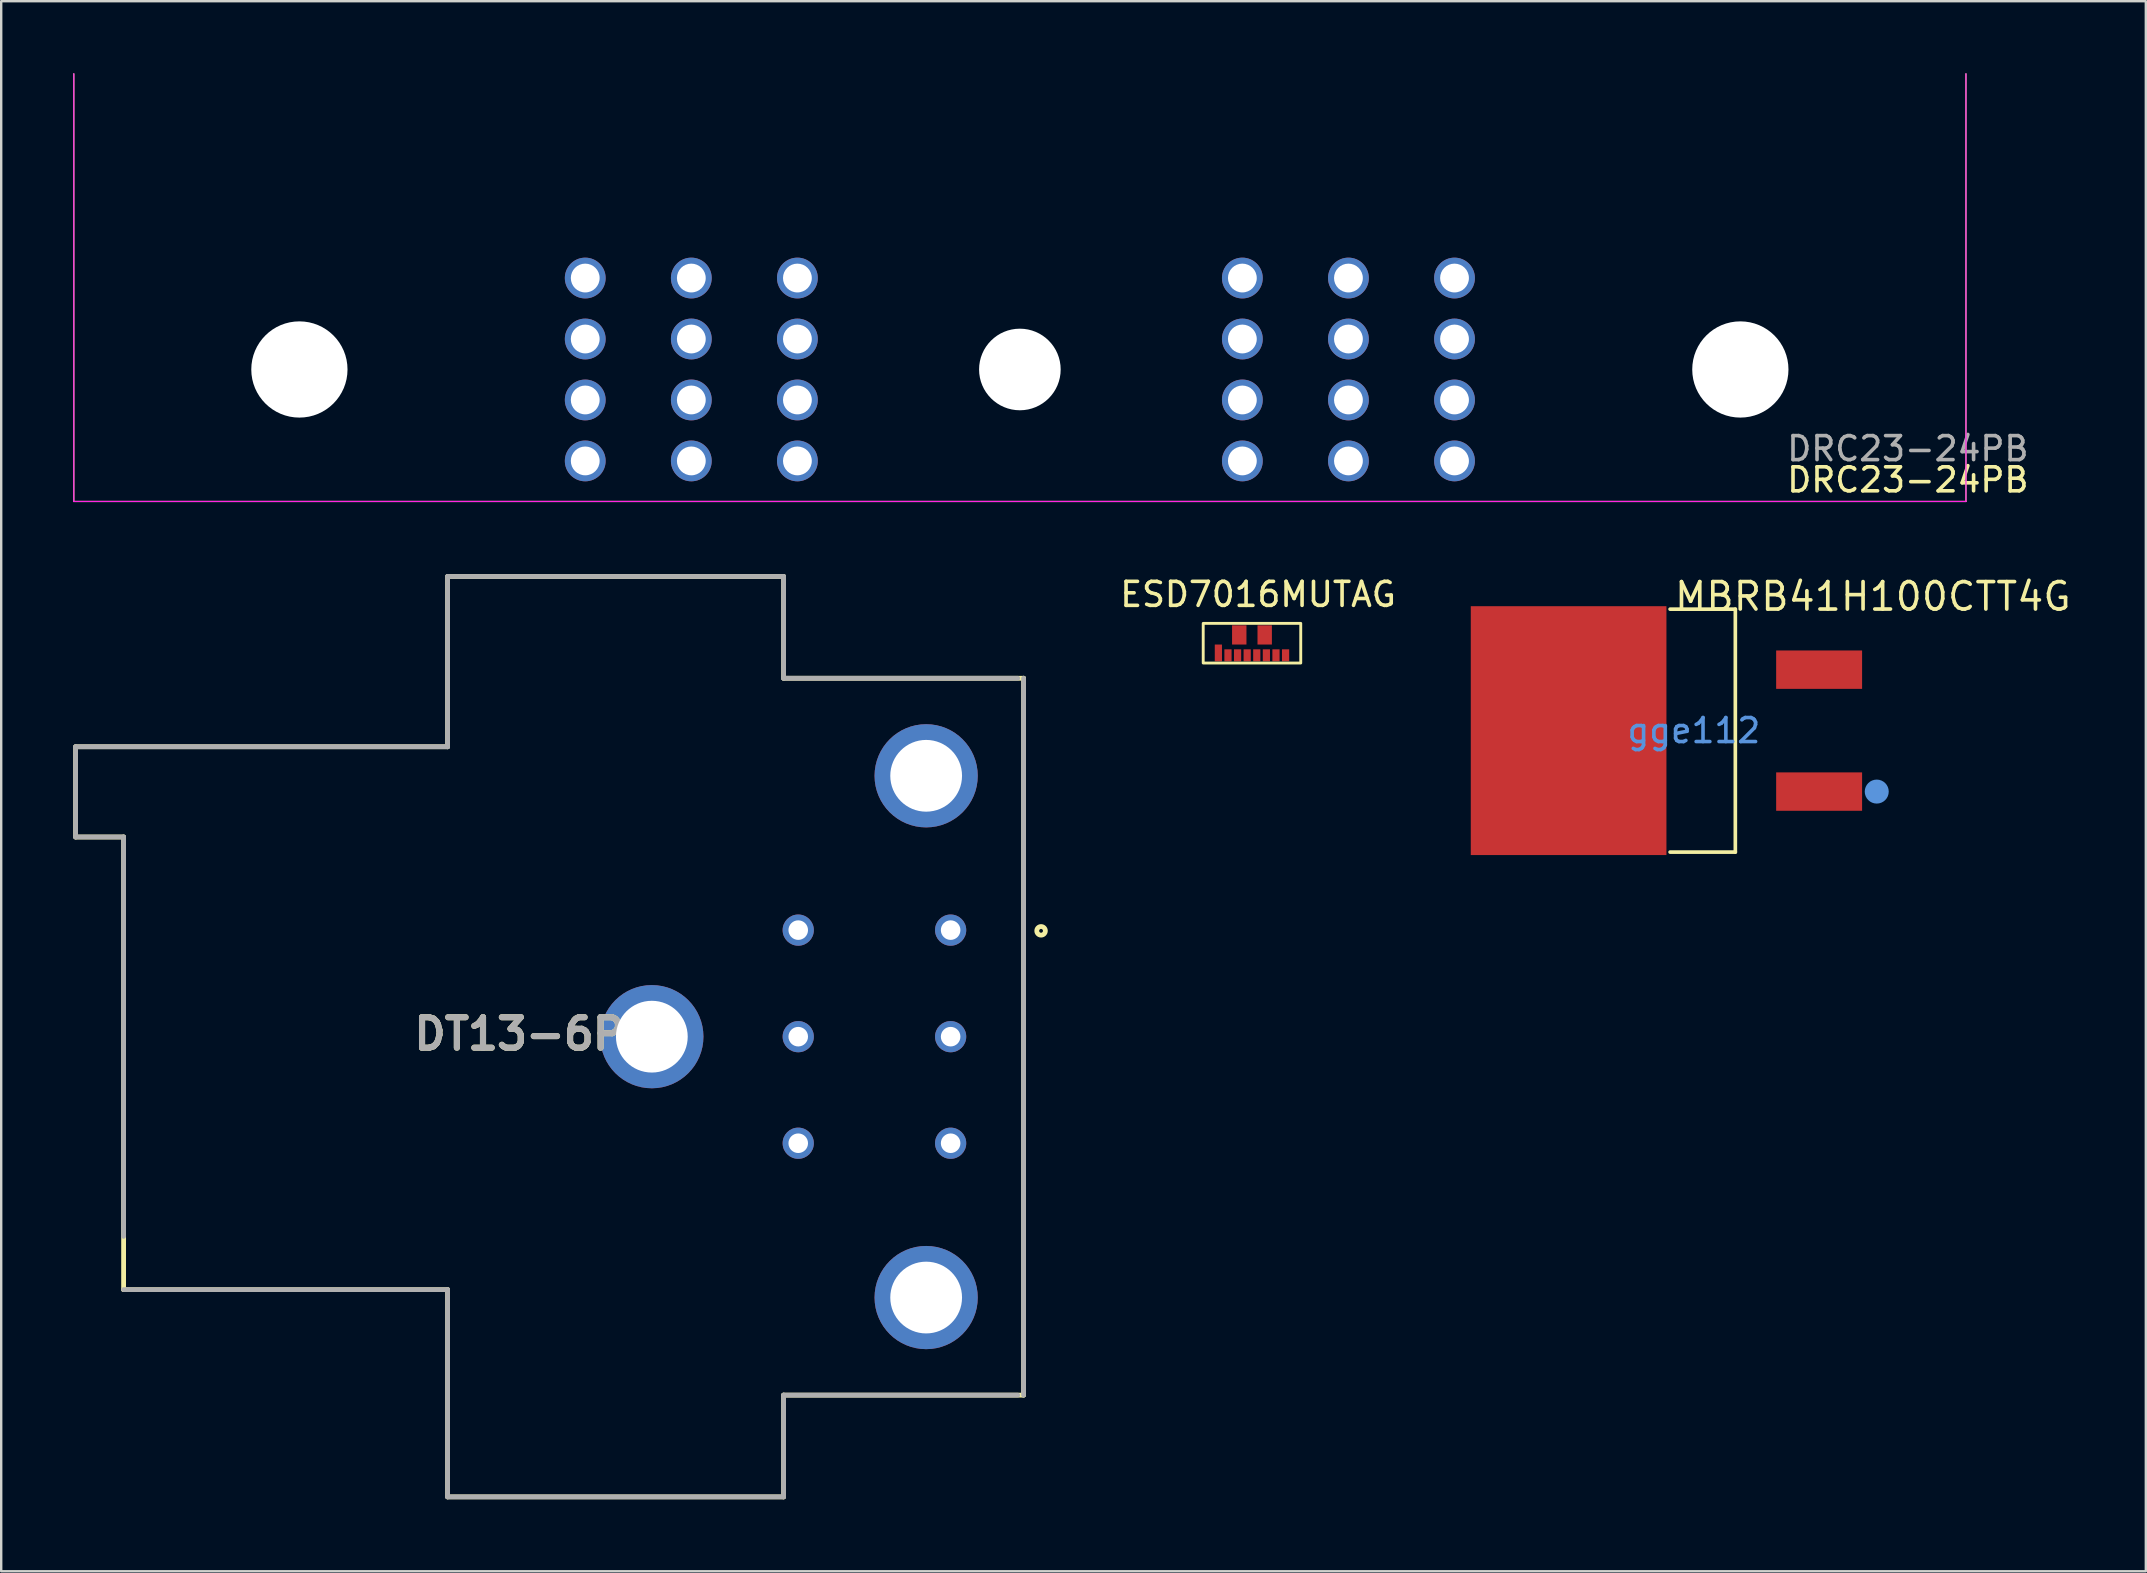
<source format=kicad_pcb>
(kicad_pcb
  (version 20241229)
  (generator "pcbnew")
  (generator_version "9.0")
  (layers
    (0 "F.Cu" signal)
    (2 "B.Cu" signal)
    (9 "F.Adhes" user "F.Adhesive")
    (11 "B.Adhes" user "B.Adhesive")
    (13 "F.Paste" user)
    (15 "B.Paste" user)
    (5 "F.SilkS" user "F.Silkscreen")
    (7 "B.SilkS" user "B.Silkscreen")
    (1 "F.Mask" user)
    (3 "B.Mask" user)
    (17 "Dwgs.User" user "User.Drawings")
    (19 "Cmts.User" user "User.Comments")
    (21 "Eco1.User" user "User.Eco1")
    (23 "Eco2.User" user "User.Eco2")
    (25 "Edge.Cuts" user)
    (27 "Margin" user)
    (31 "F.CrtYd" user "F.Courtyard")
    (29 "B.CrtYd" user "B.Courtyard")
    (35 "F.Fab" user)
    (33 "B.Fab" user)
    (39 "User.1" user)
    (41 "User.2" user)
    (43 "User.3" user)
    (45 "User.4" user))
  (footprint "MBRB41H100CTT4G"
    (layer "F.Cu")
    (at 67.528 27.393)
    (property "Reference" "MBRB41H100CTT4G" (at -0.888 -5.588 0) (layer "F.SilkS") (effects (font (size 1.143 1.143) (thickness 0.152)) (justify left)))
    (attr smd)
    (fp_line (start -0.991 -5.061) (end 1.728 -5.061) (stroke (width 0.152) (type solid)) (layer "F.SilkS"))
    (fp_line (start -0.991 5.061) (end 1.728 5.061) (stroke (width 0.152) (type solid)) (layer "F.SilkS"))
    (fp_line (start 1.728 5.061) (end 1.728 -5.061) (stroke (width 0.152) (type solid)) (layer "F.SilkS"))
    (fp_circle (center 7.62 2.54) (end 7.87 2.54) (stroke (width 0.5) (type solid)) (fill no) (layer "Cmts.User"))
    (fp_text user "gge112" (at 0 0 0) (layer "Cmts.User") (effects (font (size 1 1) (thickness 0.15))))
    (pad "1" smd rect (at 5.219 2.54) (size 3.581 1.6) (layers "F.Cu" "F.Mask" "F.Paste"))
    (pad "3" smd rect (at 5.219 -2.54) (size 3.581 1.6) (layers "F.Cu" "F.Mask" "F.Paste"))
    (pad "4" smd rect (at -5.219 0) (size 8.153 10.369) (layers "F.Cu" "F.Mask" "F.Paste")))
  (footprint "DT13-6P"
    (layer "F.Cu")
    (at 39.6 40.145)
    (property "Reference" "DT13-6P" (at -21.013 -0.115 0) (layer "F.SilkS") (effects (font (size 1.27 1.27) (thickness 0.254))))
    (attr through_hole)
    (fp_line (start -39.5 -12.08) (end -39.5 -8.32) (stroke (width 0.2) (type solid)) (layer "F.SilkS"))
    (fp_line (start -37.5 -8.32) (end -39.5 -8.32) (stroke (width 0.2) (type solid)) (layer "F.SilkS"))
    (fp_line (start -37.5 -8.32) (end -37.5 10.54) (stroke (width 0.2) (type solid)) (layer "F.SilkS"))
    (fp_line (start -37.5 10.54) (end -24 10.54) (stroke (width 0.2) (type solid)) (layer "F.SilkS"))
    (fp_line (start -24 -19.175) (end -24 -12.08) (stroke (width 0.2) (type solid)) (layer "F.SilkS"))
    (fp_line (start -24 -12.08) (end -39.5 -12.08) (stroke (width 0.2) (type solid)) (layer "F.SilkS"))
    (fp_line (start -24 10.54) (end -24 19.175) (stroke (width 0.2) (type solid)) (layer "F.SilkS"))
    (fp_line (start -24 19.175) (end -10 19.175) (stroke (width 0.2) (type solid)) (layer "F.SilkS"))
    (fp_line (start -10 -19.175) (end -24 -19.175) (stroke (width 0.2) (type solid)) (layer "F.SilkS"))
    (fp_line (start -10 -14.935) (end -10 -19.175) (stroke (width 0.2) (type solid)) (layer "F.SilkS"))
    (fp_line (start -10 14.935) (end 0 14.935) (stroke (width 0.2) (type solid)) (layer "F.SilkS"))
    (fp_line (start -10 19.175) (end -10 14.935) (stroke (width 0.2) (type solid)) (layer "F.SilkS"))
    (fp_line (start 0 -14.935) (end -10 -14.935) (stroke (width 0.2) (type solid)) (layer "F.SilkS"))
    (fp_line (start 0 14.935) (end 0 -14.935) (stroke (width 0.2) (type solid)) (layer "F.SilkS"))
    (fp_circle (center 0.728 -4.41) (end 0.728 -4.331) (stroke (width 0.2) (type solid)) (fill no) (layer "F.SilkS"))
    (fp_line (start -39.5 -12.08) (end -24 -12.08) (stroke (width 0.2) (type solid)) (layer "F.Fab"))
    (fp_line (start -39.5 -8.32) (end -39.5 -12.08) (stroke (width 0.2) (type solid)) (layer "F.Fab"))
    (fp_line (start -37.5 -8.32) (end -39.5 -8.32) (stroke (width 0.2) (type solid)) (layer "F.Fab"))
    (fp_line (start -37.5 -8.32) (end -37.5 8.32) (stroke (width 0.2) (type solid)) (layer "F.Fab"))
    (fp_line (start -37.5 10.54) (end -24 10.54) (stroke (width 0.2) (type solid)) (layer "F.Fab"))
    (fp_line (start -24 -19.175) (end -24 -12.08) (stroke (width 0.2) (type solid)) (layer "F.Fab"))
    (fp_line (start -24 19.175) (end -24 10.54) (stroke (width 0.2) (type solid)) (layer "F.Fab"))
    (fp_line (start -10 -19.175) (end -24 -19.175) (stroke (width 0.2) (type solid)) (layer "F.Fab"))
    (fp_line (start -10 -14.935) (end -10 -19.175) (stroke (width 0.2) (type solid)) (layer "F.Fab"))
    (fp_line (start -10 14.935) (end -10 19.175) (stroke (width 0.2) (type solid)) (layer "F.Fab"))
    (fp_line (start -10 19.175) (end -24 19.175) (stroke (width 0.2) (type solid)) (layer "F.Fab"))
    (fp_line (start -0.244 -14.935) (end -10 -14.935) (stroke (width 0.2) (type solid)) (layer "F.Fab"))
    (fp_line (start -0.244 14.935) (end -10 14.935) (stroke (width 0.2) (type solid)) (layer "F.Fab"))
    (fp_line (start 0 -14.935) (end 0 14.935) (stroke (width 0.2) (type solid)) (layer "F.Fab"))
    (fp_text user "${REFERENCE}" (at -21.013 -0.115 0) (layer "F.Fab") (effects (font (size 1.27 1.27) (thickness 0.254))))
    (pad "1" thru_hole circle (at -3.04 -4.44) (size 1.3 1.3) (drill 0.815) (layers "*.Cu" "*.Mask"))
    (pad "2" thru_hole circle (at -3.04 0) (size 1.3 1.3) (drill 0.815) (layers "*.Cu" "*.Mask"))
    (pad "3" thru_hole circle (at -3.04 4.44) (size 1.3 1.3) (drill 0.815) (layers "*.Cu" "*.Mask"))
    (pad "4" thru_hole circle (at -9.39 4.44) (size 1.3 1.3) (drill 0.815) (layers "*.Cu" "*.Mask"))
    (pad "5" thru_hole circle (at -9.39 0) (size 1.3 1.3) (drill 0.815) (layers "*.Cu" "*.Mask"))
    (pad "6" thru_hole circle (at -9.39 -4.44) (size 1.3 1.3) (drill 0.815) (layers "*.Cu" "*.Mask"))
    (pad "7" thru_hole circle (at -4.06 -10.87) (size 4.3 4.3) (drill 2.99) (layers "*.Cu" "*.Mask"))
    (pad "8" thru_hole circle (at -15.49 0) (size 4.3 4.3) (drill 2.99) (layers "*.Cu" "*.Mask"))
    (pad "9" thru_hole circle (at -4.06 10.87) (size 4.3 4.3) (drill 2.99) (layers "*.Cu" "*.Mask")))
  (footprint "ESD7016MUTAG"
    (layer "F.Cu")
    (at 49.116 23.75)
    (property "Reference" "ESD7016MUTAG" (at 0.254 -2.032 0) (unlocked yes) (layer "F.SilkS") (effects (font (size 1 1) (thickness 0.15))))
    (attr smd)
    (fp_rect (start -2.032 -0.826) (end 2.032 0.826) (stroke (width 0.12) (type solid)) (fill no) (layer "F.SilkS"))
    (pad "1" smd rect (at -1.4 0.406) (size 0.3 0.7) (layers "F.Cu" "F.Mask" "F.Paste"))
    (pad "2" smd rect (at -1 0.505) (size 0.3 0.5) (layers "F.Cu" "F.Mask" "F.Paste"))
    (pad "3" smd rect (at -0.6 0.505) (size 0.3 0.5) (layers "F.Cu" "F.Mask" "F.Paste"))
    (pad "4" smd rect (at -0.2 0.505) (size 0.3 0.5) (layers "F.Cu" "F.Mask" "F.Paste"))
    (pad "5" smd rect (at 0.2 0.505) (size 0.3 0.5) (layers "F.Cu" "F.Mask" "F.Paste"))
    (pad "6" smd rect (at 0.53 -0.344) (size 0.6 0.8) (layers "F.Cu" "F.Mask" "F.Paste"))
    (pad "7" smd rect (at 0.6 0.505) (size 0.3 0.5) (layers "F.Cu" "F.Mask" "F.Paste"))
    (pad "8" smd rect (at 1 0.505) (size 0.3 0.5) (layers "F.Cu" "F.Mask" "F.Paste"))
    (pad "9" smd rect (at 1.4 0.505) (size 0.3 0.5) (layers "F.Cu" "F.Mask" "F.Paste"))
    (pad "10" smd rect (at -0.53 -0.344) (size 0.6 0.8) (layers "F.Cu" "F.Mask" "F.Paste")))
  (footprint "DRC23-24PB"
    (layer "F.Cu")
    (at 39.445 12.345)
    (property "Reference" "DRC23-24PB" (at 37 4.6 0) (layer "F.SilkS") (effects (font (size 1 1) (thickness 0.15))))
    (attr through_hole)
    (fp_line (start -39.42 -12.32) (end -39.42 5.5) (stroke (width 0.05) (type solid)) (layer "F.SilkS"))
    (fp_line (start 39.42 -12.32) (end 39.42 5.5) (stroke (width 0.05) (type solid)) (layer "F.SilkS"))
    (fp_line (start 39.42 5.5) (end -39.42 5.5) (stroke (width 0.05) (type solid)) (layer "F.SilkS"))
    (fp_line (start -39.42 -12.32) (end -39.42 5.5) (stroke (width 0.05) (type solid)) (layer "F.CrtYd"))
    (fp_line (start 39.42 -12.32) (end 39.42 5.5) (stroke (width 0.05) (type solid)) (layer "F.CrtYd"))
    (fp_line (start 39.42 5.5) (end -39.42 5.5) (stroke (width 0.05) (type solid)) (layer "F.CrtYd"))
    (fp_text user "${REFERENCE}" (at 37 3.3 0) (layer "F.Fab") (effects (font (size 1 1) (thickness 0.15))))
    (pad "" np_thru_hole circle (at -30.02 0) (size 4.01 4.01) (drill 4.01) (layers "*.Cu" "*.Mask"))
    (pad "" np_thru_hole circle (at 0 0) (size 3.4 3.4) (drill 3.4) (layers "*.Cu" "*.Mask"))
    (pad "" np_thru_hole circle (at 30.02 0) (size 4.01 4.01) (drill 4.01) (layers "*.Cu" "*.Mask"))
    (pad "1" thru_hole circle (at -18.11 3.81) (size 1.7 1.7) (drill 1.2) (layers "*.Cu" "*.Mask"))
    (pad "2" thru_hole circle (at -13.69 3.81) (size 1.7 1.7) (drill 1.2) (layers "*.Cu" "*.Mask"))
    (pad "3" thru_hole circle (at -9.27 3.81) (size 1.7 1.7) (drill 1.2) (layers "*.Cu" "*.Mask"))
    (pad "4" thru_hole circle (at 9.27 3.81) (size 1.7 1.7) (drill 1.2) (layers "*.Cu" "*.Mask"))
    (pad "5" thru_hole circle (at 13.69 3.81) (size 1.7 1.7) (drill 1.2) (layers "*.Cu" "*.Mask"))
    (pad "6" thru_hole circle (at 18.11 3.81) (size 1.7 1.7) (drill 1.2) (layers "*.Cu" "*.Mask"))
    (pad "7" thru_hole circle (at -18.11 1.27) (size 1.7 1.7) (drill 1.2) (layers "*.Cu" "*.Mask"))
    (pad "8" thru_hole circle (at -13.69 1.27) (size 1.7 1.7) (drill 1.2) (layers "*.Cu" "*.Mask"))
    (pad "9" thru_hole circle (at -9.27 1.27) (size 1.7 1.7) (drill 1.2) (layers "*.Cu" "*.Mask"))
    (pad "10" thru_hole circle (at 9.27 1.27) (size 1.7 1.7) (drill 1.2) (layers "*.Cu" "*.Mask"))
    (pad "11" thru_hole circle (at 13.69 1.27) (size 1.7 1.7) (drill 1.2) (layers "*.Cu" "*.Mask"))
    (pad "12" thru_hole circle (at 18.11 1.27) (size 1.7 1.7) (drill 1.2) (layers "*.Cu" "*.Mask"))
    (pad "13" thru_hole circle (at -18.11 -1.27) (size 1.7 1.7) (drill 1.2) (layers "*.Cu" "*.Mask"))
    (pad "14" thru_hole circle (at -13.69 -1.27) (size 1.7 1.7) (drill 1.2) (layers "*.Cu" "*.Mask"))
    (pad "15" thru_hole circle (at -9.27 -1.27) (size 1.7 1.7) (drill 1.2) (layers "*.Cu" "*.Mask"))
    (pad "16" thru_hole circle (at 9.27 -1.27) (size 1.7 1.7) (drill 1.2) (layers "*.Cu" "*.Mask"))
    (pad "17" thru_hole circle (at 13.69 -1.27) (size 1.7 1.7) (drill 1.2) (layers "*.Cu" "*.Mask"))
    (pad "18" thru_hole circle (at 18.11 -1.27) (size 1.7 1.7) (drill 1.2) (layers "*.Cu" "*.Mask"))
    (pad "19" thru_hole circle (at -18.11 -3.81) (size 1.7 1.7) (drill 1.2) (layers "*.Cu" "*.Mask"))
    (pad "20" thru_hole circle (at -13.69 -3.81) (size 1.7 1.7) (drill 1.2) (layers "*.Cu" "*.Mask"))
    (pad "21" thru_hole circle (at -9.27 -3.81) (size 1.7 1.7) (drill 1.2) (layers "*.Cu" "*.Mask"))
    (pad "22" thru_hole circle (at 9.27 -3.81) (size 1.7 1.7) (drill 1.2) (layers "*.Cu" "*.Mask"))
    (pad "23" thru_hole circle (at 13.69 -3.81) (size 1.7 1.7) (drill 1.2) (layers "*.Cu" "*.Mask"))
    (pad "24" thru_hole circle (at 18.11 -3.81) (size 1.7 1.7) (drill 1.2) (layers "*.Cu" "*.Mask")))
  (gr_rect
    (start -3 -3)
    (end 86.36 62.42)
    (stroke (width 0.1) (type default))
    (fill no)
    (layer "Edge.Cuts")))
</source>
